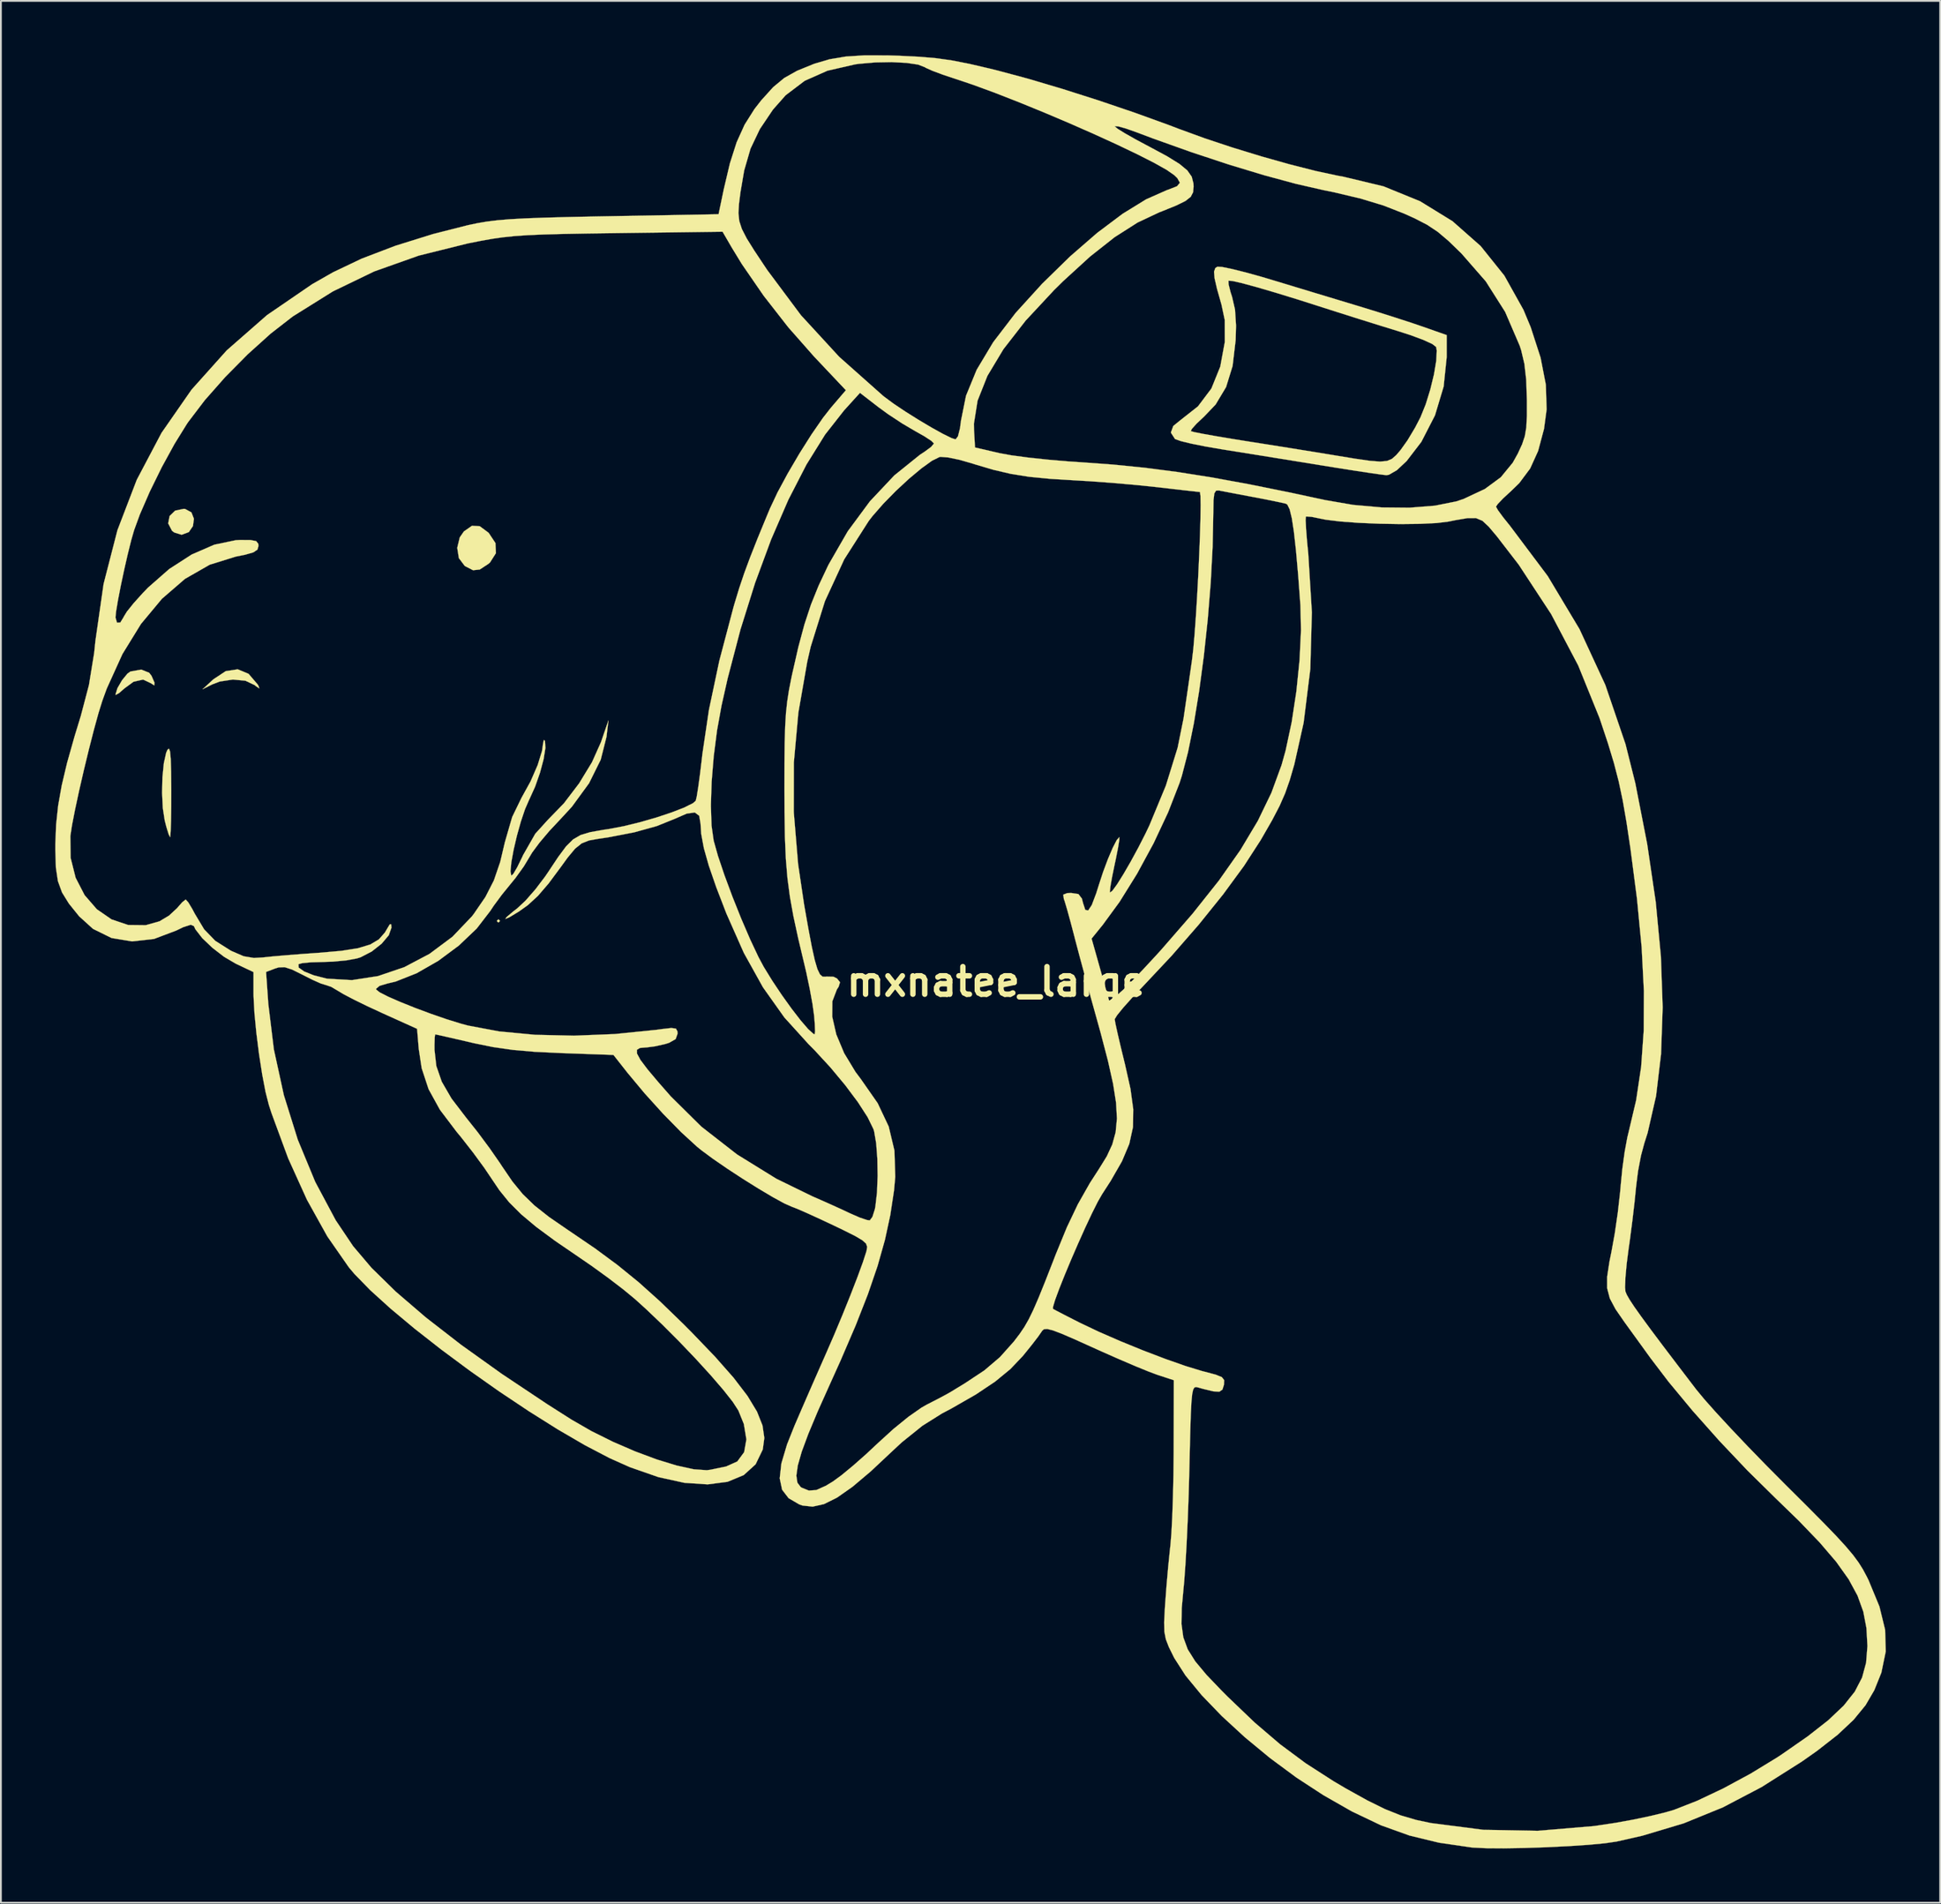
<source format=kicad_pcb>
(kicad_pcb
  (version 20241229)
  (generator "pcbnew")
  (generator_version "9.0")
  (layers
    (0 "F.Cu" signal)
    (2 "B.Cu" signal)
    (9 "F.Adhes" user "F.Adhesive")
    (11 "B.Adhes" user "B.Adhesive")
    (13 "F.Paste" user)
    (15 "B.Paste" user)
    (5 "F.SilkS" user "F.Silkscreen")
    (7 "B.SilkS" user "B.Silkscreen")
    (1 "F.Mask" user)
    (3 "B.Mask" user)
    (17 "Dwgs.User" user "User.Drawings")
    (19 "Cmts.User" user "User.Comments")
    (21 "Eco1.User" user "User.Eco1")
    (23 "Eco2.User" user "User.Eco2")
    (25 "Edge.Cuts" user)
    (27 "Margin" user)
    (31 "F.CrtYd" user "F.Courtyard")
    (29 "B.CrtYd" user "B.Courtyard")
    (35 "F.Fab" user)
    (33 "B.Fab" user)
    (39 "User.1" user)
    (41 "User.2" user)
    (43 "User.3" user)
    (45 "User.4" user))
  (footprint "mxnatee_large"
    (layer "F.Cu")
    (at 51.947 51.139)
    (property "Reference" "mxnatee_large" (at 0 0 0) (layer "F.SilkS") (effects (font (size 1.524 1.524) (thickness 0.3))))
    (attr through_hole)
    (fp_poly (pts (xy -27.396 -3.356) (xy -27.486 -3.266) (xy -27.577 -3.356) (xy -27.486 -3.447) (xy -27.396 -3.356)) (stroke (width 0.01) (type solid)) (fill yes) (layer "F.SilkS"))
    (fp_poly (pts (xy -44.777 -26.094) (xy -44.431 -25.907) (xy -44.293 -25.554) (xy -44.347 -25.152) (xy -44.575 -24.819) (xy -44.963 -24.675) (xy -44.98 -24.674) (xy -45.375 -24.796) (xy -45.502 -24.892) (xy -45.714 -25.3) (xy -45.636 -25.704) (xy -45.328 -26.005) (xy -44.851 -26.102) (xy -44.777 -26.094)) (stroke (width 0.01) (type solid)) (fill yes) (layer "F.SilkS"))
    (fp_poly (pts (xy -41.277 -16.996) (xy -40.77 -16.403) (xy -40.727 -16.329) (xy -40.686 -16.191) (xy -40.869 -16.313) (xy -40.941 -16.374) (xy -41.451 -16.615) (xy -42.141 -16.681) (xy -42.87 -16.57) (xy -43.271 -16.417) (xy -43.815 -16.144) (xy -43.222 -16.69) (xy -42.537 -17.144) (xy -41.877 -17.245) (xy -41.277 -16.996)) (stroke (width 0.01) (type solid)) (fill yes) (layer "F.SilkS"))
    (fp_poly (pts (xy -46.762 -17.053) (xy -46.634 -16.885) (xy -46.469 -16.507) (xy -46.482 -16.356) (xy -46.663 -16.474) (xy -47.097 -16.679) (xy -47.623 -16.561) (xy -48.114 -16.204) (xy -48.433 -15.928) (xy -48.61 -15.833) (xy -48.623 -15.85) (xy -48.515 -16.203) (xy -48.261 -16.641) (xy -47.964 -17.004) (xy -47.798 -17.123) (xy -47.2 -17.23) (xy -46.762 -17.053)) (stroke (width 0.01) (type solid)) (fill yes) (layer "F.SilkS"))
    (fp_poly (pts (xy -28.518 -25.144) (xy -28.035 -24.786) (xy -28.022 -24.773) (xy -27.649 -24.212) (xy -27.625 -23.654) (xy -27.948 -23.146) (xy -28.055 -23.055) (xy -28.516 -22.753) (xy -28.885 -22.714) (xy -29.305 -22.929) (xy -29.351 -22.961) (xy -29.668 -23.381) (xy -29.759 -23.949) (xy -29.62 -24.526) (xy -29.391 -24.856) (xy -28.947 -25.166) (xy -28.518 -25.144)) (stroke (width 0.01) (type solid)) (fill yes) (layer "F.SilkS"))
    (fp_poly (pts (xy -45.613 -12.716) (xy -45.574 -12.31) (xy -45.553 -11.614) (xy -45.544 -10.592) (xy -45.544 -10.568) (xy -45.547 -9.647) (xy -45.558 -8.87) (xy -45.577 -8.303) (xy -45.601 -8.009) (xy -45.611 -7.983) (xy -45.69 -8.143) (xy -45.815 -8.553) (xy -45.906 -8.909) (xy -46.011 -9.596) (xy -46.05 -10.426) (xy -46.03 -11.285) (xy -45.953 -12.061) (xy -45.825 -12.639) (xy -45.755 -12.799) (xy -45.672 -12.867) (xy -45.613 -12.716)) (stroke (width 0.01) (type solid)) (fill yes) (layer "F.SilkS"))
    (fp_poly (pts (xy 12.459 -39.453) (xy 12.996 -39.343) (xy 13.747 -39.156) (xy 14.644 -38.907) (xy 15.169 -38.751) (xy 16.342 -38.396) (xy 17.618 -38.009) (xy 18.856 -37.635) (xy 19.911 -37.316) (xy 20.048 -37.275) (xy 21.042 -36.969) (xy 22.059 -36.647) (xy 22.967 -36.351) (xy 23.54 -36.155) (xy 24.856 -35.693) (xy 24.856 -34.48) (xy 24.688 -32.855) (xy 24.21 -31.264) (xy 23.457 -29.799) (xy 22.644 -28.74) (xy 22.106 -28.236) (xy 21.666 -27.983) (xy 21.522 -27.961) (xy 21.222 -27.997) (xy 20.631 -28.081) (xy 19.815 -28.205) (xy 18.84 -28.358) (xy 17.961 -28.5) (xy 16.701 -28.704) (xy 15.349 -28.923) (xy 14.035 -29.135) (xy 12.889 -29.318) (xy 12.441 -29.39) (xy 11.544 -29.544) (xy 10.766 -29.7) (xy 10.184 -29.841) (xy 9.874 -29.95) (xy 9.856 -29.962) (xy 9.631 -30.311) (xy 9.66 -30.39) (xy 10.733 -30.39) (xy 10.932 -30.335) (xy 11.429 -30.237) (xy 12.162 -30.107) (xy 13.07 -29.955) (xy 13.8 -29.838) (xy 14.999 -29.649) (xy 16.261 -29.448) (xy 17.461 -29.254) (xy 18.474 -29.089) (xy 18.778 -29.038) (xy 19.853 -28.862) (xy 20.632 -28.751) (xy 21.181 -28.71) (xy 21.561 -28.745) (xy 21.836 -28.862) (xy 22.069 -29.067) (xy 22.309 -29.346) (xy 22.692 -29.883) (xy 23.112 -30.584) (xy 23.412 -31.163) (xy 23.699 -31.874) (xy 23.953 -32.695) (xy 24.155 -33.528) (xy 24.28 -34.274) (xy 24.308 -34.837) (xy 24.272 -35.038) (xy 24.062 -35.201) (xy 23.568 -35.428) (xy 22.859 -35.691) (xy 22.199 -35.904) (xy 21.175 -36.22) (xy 19.979 -36.594) (xy 18.785 -36.972) (xy 18.052 -37.207) (xy 16.644 -37.656) (xy 15.404 -38.037) (xy 14.365 -38.341) (xy 13.563 -38.559) (xy 13.033 -38.68) (xy 12.811 -38.694) (xy 12.809 -38.693) (xy 12.817 -38.492) (xy 12.924 -38.068) (xy 13.01 -37.8) (xy 13.172 -37.1) (xy 13.228 -36.215) (xy 13.206 -35.411) (xy 13.038 -33.986) (xy 12.678 -32.823) (xy 12.102 -31.862) (xy 11.467 -31.197) (xy 11.049 -30.804) (xy 10.786 -30.51) (xy 10.733 -30.39) (xy 9.66 -30.39) (xy 9.764 -30.676) (xy 10.115 -30.962) (xy 11.127 -31.759) (xy 11.868 -32.743) (xy 12.358 -33.952) (xy 12.608 -35.308) (xy 12.605 -36.528) (xy 12.426 -37.374) (xy 12.179 -38.245) (xy 12.044 -38.832) (xy 12.015 -39.194) (xy 12.084 -39.392) (xy 12.2 -39.468) (xy 12.459 -39.453)) (stroke (width 0.01) (type solid)) (fill yes) (layer "F.SilkS"))
    (fp_poly (pts (xy -6.013 -51.131) (xy -5.366 -51.111) (xy -4.269 -51.057) (xy -3.34 -50.978) (xy -2.459 -50.854) (xy -1.508 -50.668) (xy -0.368 -50.403) (xy 0.091 -50.289) (xy 1.752 -49.843) (xy 3.633 -49.285) (xy 5.624 -48.651) (xy 7.613 -47.976) (xy 9.49 -47.297) (xy 10.069 -47.076) (xy 11.473 -46.564) (xy 13.024 -46.048) (xy 14.63 -45.556) (xy 16.2 -45.114) (xy 17.642 -44.748) (xy 18.863 -44.486) (xy 19.141 -44.437) (xy 21.37 -43.903) (xy 23.385 -43.081) (xy 25.174 -41.981) (xy 26.728 -40.61) (xy 28.038 -38.976) (xy 29.093 -37.086) (xy 29.494 -36.125) (xy 30.038 -34.447) (xy 30.328 -32.956) (xy 30.371 -31.591) (xy 30.229 -30.521) (xy 29.901 -29.295) (xy 29.462 -28.328) (xy 28.86 -27.522) (xy 28.401 -27.077) (xy 27.965 -26.674) (xy 27.666 -26.359) (xy 27.577 -26.222) (xy 27.685 -26.027) (xy 27.968 -25.641) (xy 28.356 -25.157) (xy 30.433 -22.39) (xy 32.184 -19.467) (xy 33.612 -16.38) (xy 34.724 -13.119) (xy 35.266 -10.961) (xy 35.922 -7.603) (xy 36.394 -4.406) (xy 36.679 -1.393) (xy 36.777 1.412) (xy 36.688 3.985) (xy 36.412 6.304) (xy 35.946 8.343) (xy 35.763 8.917) (xy 35.58 9.596) (xy 35.417 10.455) (xy 35.309 11.313) (xy 35.307 11.339) (xy 35.223 12.175) (xy 35.103 13.203) (xy 34.966 14.256) (xy 34.897 14.736) (xy 34.789 15.577) (xy 34.721 16.319) (xy 34.701 16.868) (xy 34.721 17.095) (xy 34.795 17.276) (xy 34.951 17.549) (xy 35.21 17.942) (xy 35.593 18.482) (xy 36.12 19.199) (xy 36.811 20.12) (xy 37.687 21.273) (xy 38.634 22.513) (xy 39.073 23.044) (xy 39.726 23.779) (xy 40.547 24.667) (xy 41.488 25.659) (xy 42.504 26.705) (xy 43.548 27.755) (xy 43.642 27.849) (xy 44.759 28.961) (xy 45.648 29.858) (xy 46.343 30.577) (xy 46.876 31.158) (xy 47.28 31.636) (xy 47.588 32.052) (xy 47.832 32.441) (xy 48.047 32.843) (xy 48.145 33.043) (xy 48.741 34.485) (xy 49.055 35.77) (xy 49.09 36.966) (xy 48.848 38.139) (xy 48.456 39.11) (xy 47.974 39.935) (xy 47.316 40.738) (xy 46.437 41.564) (xy 45.293 42.457) (xy 44.45 43.05) (xy 42.237 44.451) (xy 40.098 45.573) (xy 37.936 46.454) (xy 35.658 47.136) (xy 34.235 47.459) (xy 33.595 47.553) (xy 32.681 47.639) (xy 31.578 47.713) (xy 30.375 47.773) (xy 29.159 47.814) (xy 28.017 47.833) (xy 27.037 47.827) (xy 26.307 47.792) (xy 26.216 47.783) (xy 24.429 47.522) (xy 22.801 47.127) (xy 21.229 46.562) (xy 19.613 45.791) (xy 18.052 44.9) (xy 16.573 43.935) (xy 15.11 42.854) (xy 13.716 41.703) (xy 12.44 40.529) (xy 11.332 39.379) (xy 10.443 38.298) (xy 9.823 37.333) (xy 9.791 37.271) (xy 9.52 36.722) (xy 9.354 36.294) (xy 9.273 35.877) (xy 9.261 35.357) (xy 9.298 34.622) (xy 9.317 34.337) (xy 9.391 33.347) (xy 9.485 32.283) (xy 9.581 31.336) (xy 9.606 31.115) (xy 9.659 30.479) (xy 9.707 29.563) (xy 9.746 28.451) (xy 9.774 27.225) (xy 9.787 25.968) (xy 9.787 25.829) (xy 9.797 21.995) (xy 8.89 21.698) (xy 8.406 21.518) (xy 7.676 21.22) (xy 6.783 20.838) (xy 5.809 20.408) (xy 5.333 20.193) (xy 4.334 19.742) (xy 3.614 19.431) (xy 3.122 19.244) (xy 2.809 19.166) (xy 2.626 19.18) (xy 2.522 19.271) (xy 2.509 19.294) (xy 2.312 19.58) (xy 1.953 20.047) (xy 1.506 20.6) (xy 1.455 20.662) (xy 0.773 21.379) (xy -0.073 22.074) (xy -1.138 22.785) (xy -2.476 23.552) (xy -3.014 23.837) (xy -4.082 24.508) (xy -5.218 25.421) (xy -5.736 25.902) (xy -6.933 27.025) (xy -7.942 27.877) (xy -8.792 28.473) (xy -9.516 28.833) (xy -10.143 28.973) (xy -10.703 28.912) (xy -10.884 28.848) (xy -11.469 28.506) (xy -11.827 28.039) (xy -11.959 27.411) (xy -11.867 26.589) (xy -11.554 25.539) (xy -11.148 24.518) (xy -10.705 23.492) (xy -10.192 22.315) (xy -9.688 21.168) (xy -9.433 20.592) (xy -8.963 19.512) (xy -8.493 18.389) (xy -8.052 17.295) (xy -7.667 16.302) (xy -7.368 15.483) (xy -7.182 14.909) (xy -7.162 14.835) (xy -7.133 14.629) (xy -7.195 14.452) (xy -7.402 14.266) (xy -7.805 14.029) (xy -8.456 13.703) (xy -8.96 13.461) (xy -9.758 13.086) (xy -10.471 12.761) (xy -11.015 12.525) (xy -11.287 12.42) (xy -11.702 12.237) (xy -12.338 11.889) (xy -13.122 11.423) (xy -13.982 10.886) (xy -14.843 10.323) (xy -15.632 9.781) (xy -16.275 9.306) (xy -16.52 9.108) (xy -17.406 8.296) (xy -18.402 7.28) (xy -19.418 6.156) (xy -20.362 5.023) (xy -20.411 4.961) (xy -21.136 4.04) (xy -24.039 3.937) (xy -25.493 3.867) (xy -26.7 3.761) (xy -27.779 3.606) (xy -28.846 3.389) (xy -28.935 3.368) (xy -29.732 3.183) (xy -30.387 3.033) (xy -30.825 2.934) (xy -30.976 2.903) (xy -31.002 3.066) (xy -31.015 3.48) (xy -31.014 3.765) (xy -30.914 4.651) (xy -30.612 5.521) (xy -30.076 6.446) (xy -29.271 7.499) (xy -29.262 7.51) (xy -28.632 8.302) (xy -27.968 9.196) (xy -27.394 10.023) (xy -27.295 10.176) (xy -26.717 11.024) (xy -26.145 11.722) (xy -25.498 12.349) (xy -24.696 12.982) (xy -23.657 13.698) (xy -23.586 13.745) (xy -22.161 14.715) (xy -20.912 15.637) (xy -19.745 16.587) (xy -18.569 17.642) (xy -17.291 18.88) (xy -16.829 19.344) (xy -15.532 20.694) (xy -14.509 21.855) (xy -13.742 22.857) (xy -13.215 23.726) (xy -12.91 24.491) (xy -12.809 25.182) (xy -12.895 25.819) (xy -13.291 26.638) (xy -13.947 27.232) (xy -14.838 27.602) (xy -15.938 27.744) (xy -17.22 27.658) (xy -18.659 27.342) (xy -20.229 26.794) (xy -21.345 26.296) (xy -22.709 25.583) (xy -24.211 24.708) (xy -25.805 23.706) (xy -27.441 22.614) (xy -29.07 21.466) (xy -30.646 20.297) (xy -32.118 19.144) (xy -33.438 18.041) (xy -34.56 17.025) (xy -35.433 16.129) (xy -35.74 15.765) (xy -36.93 14.055) (xy -38.054 12.033) (xy -39.09 9.747) (xy -40.013 7.243) (xy -40.155 6.804) (xy -40.339 6.084) (xy -40.525 5.109) (xy -40.699 3.986) (xy -40.846 2.823) (xy -40.952 1.727) (xy -41.001 0.805) (xy -41.003 0.634) (xy -41.003 -0.534) (xy -41.017 -0.54) (xy -40.311 -0.54) (xy -40.187 1.227) (xy -39.881 3.736) (xy -39.33 6.259) (xy -38.56 8.722) (xy -37.597 11.049) (xy -36.467 13.166) (xy -35.505 14.598) (xy -34.49 15.794) (xy -33.149 17.108) (xy -31.496 18.527) (xy -29.543 20.042) (xy -27.306 21.641) (xy -24.797 23.314) (xy -23.446 24.174) (xy -22.352 24.804) (xy -21.161 25.395) (xy -19.936 25.925) (xy -18.742 26.37) (xy -17.642 26.706) (xy -16.701 26.912) (xy -15.983 26.963) (xy -15.784 26.937) (xy -15.42 26.861) (xy -14.924 26.76) (xy -14.923 26.76) (xy -14.3 26.48) (xy -13.922 25.966) (xy -13.798 25.262) (xy -13.939 24.411) (xy -14.24 23.667) (xy -14.547 23.192) (xy -15.074 22.524) (xy -15.773 21.713) (xy -16.598 20.809) (xy -17.5 19.865) (xy -18.433 18.93) (xy -19.349 18.057) (xy -19.957 17.507) (xy -20.602 16.975) (xy -21.437 16.337) (xy -22.342 15.682) (xy -23.041 15.202) (xy -24.356 14.303) (xy -25.402 13.53) (xy -26.229 12.836) (xy -26.889 12.178) (xy -27.431 11.509) (xy -27.783 10.987) (xy -28.268 10.268) (xy -28.889 9.421) (xy -29.541 8.587) (xy -29.802 8.271) (xy -30.714 7.066) (xy -31.34 5.93) (xy -31.721 4.774) (xy -31.883 3.703) (xy -31.976 2.598) (xy -33.904 1.727) (xy -34.722 1.348) (xy -35.46 0.987) (xy -36.029 0.689) (xy -36.314 0.519) (xy -36.714 0.282) (xy -37.01 0.181) (xy -37.014 0.181) (xy -37.279 0.101) (xy -37.752 -0.109) (xy -38.269 -0.371) (xy -38.874 -0.672) (xy -39.285 -0.804) (xy -39.614 -0.792) (xy -39.808 -0.732) (xy -40.311 -0.54) (xy -41.017 -0.54) (xy -41.985 -0.998) (xy -42.625 -1.374) (xy -43.272 -1.872) (xy -43.832 -2.406) (xy -44.21 -2.893) (xy -44.294 -3.071) (xy -44.464 -3.146) (xy -44.874 -3.016) (xy -45.271 -2.825) (xy -46.499 -2.361) (xy -47.704 -2.226) (xy -48.84 -2.414) (xy -49.864 -2.919) (xy -50.627 -3.611) (xy -51.192 -4.312) (xy -51.572 -4.926) (xy -51.801 -5.556) (xy -51.913 -6.309) (xy -51.942 -7.287) (xy -51.941 -7.62) (xy -51.924 -8.039) (xy -51.114 -8.039) (xy -51.099 -6.838) (xy -50.823 -5.739) (xy -50.327 -4.78) (xy -49.652 -4.001) (xy -48.837 -3.439) (xy -47.924 -3.133) (xy -46.952 -3.122) (xy -46.198 -3.334) (xy -45.664 -3.652) (xy -45.225 -4.06) (xy -44.942 -4.384) (xy -44.754 -4.534) (xy -44.745 -4.536) (xy -44.609 -4.388) (xy -44.383 -4.014) (xy -44.252 -3.765) (xy -43.731 -2.895) (xy -43.119 -2.261) (xy -42.293 -1.737) (xy -42.202 -1.689) (xy -41.545 -1.406) (xy -40.979 -1.311) (xy -40.478 -1.341) (xy -39.965 -1.395) (xy -39.196 -1.462) (xy -38.278 -1.534) (xy -37.374 -1.598) (xy -36.147 -1.706) (xy -35.228 -1.852) (xy -34.559 -2.055) (xy -34.087 -2.335) (xy -33.756 -2.71) (xy -33.667 -2.86) (xy -33.482 -3.169) (xy -33.406 -3.171) (xy -33.39 -2.984) (xy -33.537 -2.568) (xy -33.93 -2.102) (xy -34.477 -1.67) (xy -35.087 -1.353) (xy -35.288 -1.288) (xy -35.869 -1.181) (xy -36.624 -1.109) (xy -37.208 -1.09) (xy -37.836 -1.072) (xy -38.311 -1.027) (xy -38.522 -0.969) (xy -38.513 -0.784) (xy -38.213 -0.569) (xy -37.689 -0.358) (xy -37.008 -0.183) (xy -36.932 -0.168) (xy -35.571 -0.089) (xy -34.132 -0.311) (xy -32.681 -0.804) (xy -31.288 -1.539) (xy -30.021 -2.484) (xy -28.948 -3.609) (xy -28.843 -3.746) (xy -28.203 -4.679) (xy -27.736 -5.592) (xy -27.385 -6.617) (xy -27.13 -7.696) (xy -26.726 -9.092) (xy -26.214 -10.146) (xy -25.711 -11.059) (xy -25.319 -11.96) (xy -25.078 -12.742) (xy -25.023 -13.131) (xy -24.98 -13.346) (xy -24.918 -13.294) (xy -24.892 -12.904) (xy -24.992 -12.285) (xy -25.19 -11.541) (xy -25.46 -10.771) (xy -25.774 -10.077) (xy -25.788 -10.051) (xy -26.017 -9.526) (xy -26.25 -8.833) (xy -26.467 -8.057) (xy -26.647 -7.285) (xy -26.772 -6.602) (xy -26.82 -6.094) (xy -26.775 -5.85) (xy -26.661 -5.955) (xy -26.448 -6.319) (xy -26.178 -6.87) (xy -26.126 -6.985) (xy -25.452 -8.167) (xy -24.756 -8.936) (xy -23.874 -9.844) (xy -23.033 -10.947) (xy -22.321 -12.115) (xy -21.826 -13.22) (xy -21.819 -13.24) (xy -21.413 -14.424) (xy -21.521 -13.516) (xy -21.839 -12.257) (xy -22.484 -10.956) (xy -23.434 -9.656) (xy -24.074 -8.962) (xy -24.678 -8.318) (xy -25.219 -7.678) (xy -25.619 -7.139) (xy -25.748 -6.924) (xy -26.086 -6.363) (xy -26.545 -5.725) (xy -26.819 -5.39) (xy -27.296 -4.803) (xy -27.743 -4.198) (xy -27.937 -3.906) (xy -28.684 -2.936) (xy -29.672 -1.995) (xy -30.809 -1.151) (xy -32.002 -0.468) (xy -33.156 -0.011) (xy -33.618 0.099) (xy -34.046 0.227) (xy -34.239 0.388) (xy -34.238 0.429) (xy -34.042 0.584) (xy -33.572 0.824) (xy -32.896 1.119) (xy -32.087 1.444) (xy -31.213 1.769) (xy -30.346 2.069) (xy -29.555 2.314) (xy -29.164 2.42) (xy -27.444 2.743) (xy -25.466 2.929) (xy -23.308 2.978) (xy -21.049 2.887) (xy -18.766 2.655) (xy -18.46 2.613) (xy -17.942 2.554) (xy -17.687 2.588) (xy -17.604 2.743) (xy -17.599 2.87) (xy -17.703 3.165) (xy -18.069 3.372) (xy -18.279 3.438) (xy -18.835 3.564) (xy -19.307 3.626) (xy -19.357 3.628) (xy -19.674 3.655) (xy -19.84 3.756) (xy -19.838 3.963) (xy -19.651 4.31) (xy -19.262 4.828) (xy -18.654 5.55) (xy -17.97 6.33) (xy -16.282 8) (xy -14.314 9.533) (xy -12.14 10.877) (xy -10.16 11.843) (xy -9.39 12.181) (xy -8.597 12.54) (xy -8.074 12.785) (xy -7.541 13.018) (xy -7.134 13.155) (xy -6.986 13.172) (xy -6.842 12.979) (xy -6.708 12.559) (xy -6.679 12.413) (xy -6.589 11.637) (xy -6.554 10.716) (xy -6.57 9.768) (xy -6.635 8.91) (xy -6.746 8.261) (xy -6.787 8.13) (xy -7.107 7.475) (xy -7.644 6.644) (xy -8.346 5.706) (xy -9.161 4.727) (xy -10.038 3.776) (xy -10.365 3.447) (xy -11.702 1.971) (xy -12.882 0.309) (xy -13.941 -1.596) (xy -14.904 -3.77) (xy -15.466 -5.229) (xy -15.875 -6.415) (xy -16.146 -7.375) (xy -16.292 -8.161) (xy -16.329 -8.723) (xy -16.402 -9.16) (xy -16.645 -9.343) (xy -17.094 -9.28) (xy -17.769 -8.986) (xy -18.741 -8.594) (xy -19.991 -8.247) (xy -21.431 -7.969) (xy -21.953 -7.893) (xy -22.487 -7.798) (xy -22.892 -7.637) (xy -23.254 -7.346) (xy -23.66 -6.859) (xy -24.029 -6.35) (xy -24.717 -5.423) (xy -25.304 -4.741) (xy -25.859 -4.23) (xy -26.349 -3.88) (xy -26.871 -3.564) (xy -27.101 -3.463) (xy -27.035 -3.57) (xy -26.668 -3.879) (xy -26.457 -4.04) (xy -25.994 -4.47) (xy -25.444 -5.099) (xy -24.902 -5.814) (xy -24.733 -6.063) (xy -24.182 -6.891) (xy -23.752 -7.47) (xy -23.366 -7.854) (xy -22.947 -8.098) (xy -22.418 -8.256) (xy -21.701 -8.383) (xy -21.364 -8.434) (xy -20.558 -8.587) (xy -19.663 -8.806) (xy -18.759 -9.067) (xy -17.921 -9.346) (xy -17.227 -9.615) (xy -16.983 -9.737) (xy -15.759 -9.737) (xy -15.723 -8.622) (xy -15.606 -7.789) (xy -15.368 -6.943) (xy -15.008 -5.875) (xy -14.565 -4.683) (xy -14.078 -3.467) (xy -13.586 -2.326) (xy -13.131 -1.36) (xy -12.839 -0.816) (xy -12.365 -0.046) (xy -11.838 0.742) (xy -11.303 1.488) (xy -10.805 2.132) (xy -10.389 2.614) (xy -10.102 2.874) (xy -10.027 2.903) (xy -10.008 2.739) (xy -10.024 2.316) (xy -10.06 1.871) (xy -10.148 1.234) (xy -10.303 0.385) (xy -10.497 -0.537) (xy -10.603 -0.986) (xy -10.941 -2.41) (xy -11.202 -3.616) (xy -11.396 -4.692) (xy -11.532 -5.724) (xy -11.621 -6.797) (xy -11.672 -7.999) (xy -11.693 -9.353) (xy -11.183 -9.353) (xy -10.945 -6.495) (xy -10.614 -4.264) (xy -10.379 -2.932) (xy -10.187 -1.92) (xy -10.024 -1.188) (xy -9.879 -0.697) (xy -9.74 -0.408) (xy -9.594 -0.28) (xy -9.43 -0.275) (xy -9.396 -0.284) (xy -8.986 -0.275) (xy -8.794 -0.177) (xy -8.63 0.029) (xy -8.708 0.28) (xy -8.803 0.423) (xy -9.055 1.081) (xy -9.061 1.928) (xy -8.839 2.902) (xy -8.404 3.941) (xy -7.774 4.983) (xy -7.482 5.372) (xy -6.553 6.703) (xy -5.943 7.993) (xy -5.627 9.322) (xy -5.582 10.767) (xy -5.65 11.521) (xy -5.856 12.881) (xy -6.153 14.253) (xy -6.558 15.688) (xy -7.09 17.242) (xy -7.766 18.967) (xy -8.604 20.917) (xy -9.153 22.134) (xy -9.847 23.682) (xy -10.374 24.94) (xy -10.744 25.937) (xy -10.963 26.702) (xy -11.041 27.263) (xy -10.984 27.651) (xy -10.801 27.892) (xy -10.75 27.925) (xy -10.351 28.086) (xy -9.939 28.057) (xy -9.412 27.82) (xy -9.026 27.587) (xy -8.56 27.247) (xy -7.923 26.723) (xy -7.203 26.088) (xy -6.53 25.459) (xy -5.679 24.684) (xy -4.853 24.013) (xy -4.138 23.512) (xy -3.844 23.344) (xy -3.257 23.043) (xy -2.776 22.787) (xy -2.54 22.654) (xy -2.194 22.443) (xy -1.751 22.174) (xy -0.664 21.454) (xy 0.197 20.721) (xy 0.957 19.869) (xy 0.992 19.825) (xy 1.29 19.433) (xy 1.547 19.053) (xy 1.789 18.629) (xy 2.044 18.105) (xy 2.065 18.056) (xy 3.124 18.056) (xy 3.298 18.152) (xy 3.72 18.371) (xy 4.315 18.675) (xy 4.626 18.832) (xy 5.655 19.321) (xy 6.845 19.84) (xy 8.105 20.354) (xy 9.338 20.824) (xy 10.453 21.215) (xy 11.354 21.49) (xy 11.498 21.527) (xy 12.113 21.69) (xy 12.446 21.827) (xy 12.572 21.99) (xy 12.562 22.229) (xy 12.556 22.262) (xy 12.476 22.514) (xy 12.308 22.628) (xy 11.976 22.611) (xy 11.403 22.471) (xy 11.139 22.396) (xy 11.022 22.371) (xy 10.93 22.398) (xy 10.86 22.517) (xy 10.807 22.769) (xy 10.766 23.195) (xy 10.733 23.835) (xy 10.704 24.729) (xy 10.674 25.92) (xy 10.652 26.882) (xy 10.614 28.277) (xy 10.562 29.678) (xy 10.501 31.003) (xy 10.434 32.172) (xy 10.367 33.105) (xy 10.33 33.491) (xy 10.231 34.577) (xy 10.217 35.451) (xy 10.317 36.184) (xy 10.56 36.848) (xy 10.977 37.514) (xy 11.596 38.256) (xy 12.447 39.144) (xy 12.774 39.472) (xy 14.26 40.894) (xy 15.659 42.089) (xy 17.074 43.14) (xy 18.611 44.129) (xy 19.286 44.527) (xy 20.464 45.182) (xy 21.441 45.665) (xy 22.312 46.013) (xy 23.172 46.267) (xy 23.973 46.437) (xy 26.883 46.812) (xy 29.876 46.867) (xy 32.992 46.605) (xy 34.183 46.426) (xy 35.152 46.25) (xy 36.106 46.049) (xy 36.922 45.851) (xy 37.396 45.713) (xy 38.68 45.21) (xy 40.128 44.524) (xy 41.63 43.712) (xy 43.078 42.829) (xy 43.363 42.641) (xy 44.789 41.649) (xy 45.914 40.767) (xy 46.768 39.959) (xy 47.382 39.185) (xy 47.785 38.408) (xy 48.007 37.59) (xy 48.078 36.693) (xy 48.079 36.646) (xy 48.026 35.678) (xy 47.853 34.771) (xy 47.534 33.886) (xy 47.044 32.982) (xy 46.359 32.02) (xy 45.453 30.961) (xy 44.303 29.763) (xy 43.017 28.515) (xy 41.459 26.98) (xy 39.905 25.34) (xy 38.427 23.678) (xy 37.1 22.077) (xy 36.104 20.769) (xy 35.655 20.147) (xy 35.118 19.406) (xy 34.674 18.793) (xy 34.174 18.07) (xy 33.861 17.481) (xy 33.714 16.92) (xy 33.714 16.279) (xy 33.84 15.451) (xy 33.95 14.909) (xy 34.133 13.899) (xy 34.303 12.73) (xy 34.43 11.603) (xy 34.461 11.249) (xy 34.553 10.312) (xy 34.682 9.379) (xy 34.827 8.592) (xy 34.902 8.284) (xy 35.313 6.545) (xy 35.59 4.694) (xy 35.732 2.693) (xy 35.741 0.505) (xy 35.617 -1.909) (xy 35.359 -4.588) (xy 35 -7.348) (xy 34.782 -8.802) (xy 34.574 -10.003) (xy 34.351 -11.058) (xy 34.087 -12.075) (xy 33.758 -13.161) (xy 33.337 -14.424) (xy 33.288 -14.567) (xy 32.116 -17.457) (xy 30.62 -20.296) (xy 28.834 -23.018) (xy 27.627 -24.584) (xy 27.179 -25.116) (xy 26.83 -25.442) (xy 26.476 -25.59) (xy 26.017 -25.592) (xy 25.35 -25.48) (xy 24.946 -25.398) (xy 24.299 -25.318) (xy 23.387 -25.274) (xy 22.305 -25.262) (xy 21.148 -25.281) (xy 20.013 -25.329) (xy 18.994 -25.404) (xy 18.188 -25.502) (xy 17.876 -25.564) (xy 17.409 -25.66) (xy 17.118 -25.682) (xy 17.082 -25.67) (xy 17.07 -25.471) (xy 17.094 -24.988) (xy 17.149 -24.299) (xy 17.214 -23.639) (xy 17.414 -20.393) (xy 17.328 -17.265) (xy 16.959 -14.295) (xy 16.444 -11.995) (xy 16.193 -11.132) (xy 15.937 -10.402) (xy 15.628 -9.699) (xy 15.221 -8.919) (xy 14.668 -7.956) (xy 14.577 -7.801) (xy 13.664 -6.389) (xy 12.511 -4.817) (xy 11.166 -3.147) (xy 9.679 -1.44) (xy 8.097 0.245) (xy 7.497 0.878) (xy 7.003 1.43) (xy 6.665 1.845) (xy 6.532 2.064) (xy 6.531 2.069) (xy 6.573 2.32) (xy 6.688 2.847) (xy 6.859 3.578) (xy 7.068 4.437) (xy 7.095 4.545) (xy 7.402 5.914) (xy 7.555 7.043) (xy 7.539 8.025) (xy 7.336 8.95) (xy 6.932 9.909) (xy 6.31 10.992) (xy 5.835 11.727) (xy 5.597 12.141) (xy 5.281 12.771) (xy 4.913 13.553) (xy 4.521 14.426) (xy 4.13 15.327) (xy 3.769 16.192) (xy 3.463 16.96) (xy 3.239 17.568) (xy 3.125 17.953) (xy 3.124 18.056) (xy 2.065 18.056) (xy 2.339 17.423) (xy 2.701 16.528) (xy 3.157 15.362) (xy 3.274 15.059) (xy 3.892 13.554) (xy 4.498 12.282) (xy 5.156 11.121) (xy 5.679 10.31) (xy 6.096 9.634) (xy 6.398 8.982) (xy 6.584 8.305) (xy 6.655 7.553) (xy 6.607 6.678) (xy 6.442 5.63) (xy 6.158 4.359) (xy 5.754 2.817) (xy 5.54 2.046) (xy 5.224 0.91) (xy 4.902 -0.264) (xy 4.605 -1.362) (xy 4.365 -2.269) (xy 4.336 -2.38) (xy 5.255 -2.38) (xy 6.226 1.057) (xy 6.721 0.691) (xy 7.015 0.429) (xy 7.493 -0.047) (xy 8.099 -0.679) (xy 8.776 -1.409) (xy 9.097 -1.762) (xy 10.828 -3.753) (xy 12.279 -5.579) (xy 13.474 -7.277) (xy 14.434 -8.883) (xy 15.183 -10.433) (xy 15.743 -11.964) (xy 15.964 -12.753) (xy 16.299 -14.32) (xy 16.56 -16.03) (xy 16.736 -17.762) (xy 16.814 -19.394) (xy 16.783 -20.774) (xy 16.657 -22.456) (xy 16.538 -23.801) (xy 16.423 -24.835) (xy 16.308 -25.584) (xy 16.189 -26.075) (xy 16.063 -26.332) (xy 15.99 -26.384) (xy 15.682 -26.456) (xy 15.121 -26.572) (xy 14.41 -26.712) (xy 14.151 -26.76) (xy 13.41 -26.9) (xy 12.779 -27.02) (xy 12.364 -27.1) (xy 12.292 -27.115) (xy 12.126 -27.108) (xy 12.03 -26.954) (xy 11.985 -26.582) (xy 11.974 -25.922) (xy 11.974 -25.882) (xy 11.936 -24.017) (xy 11.831 -22.037) (xy 11.667 -20.006) (xy 11.451 -17.989) (xy 11.193 -16.053) (xy 10.899 -14.26) (xy 10.578 -12.677) (xy 10.238 -11.368) (xy 10.112 -10.976) (xy 9.478 -9.349) (xy 8.675 -7.638) (xy 7.761 -5.954) (xy 6.798 -4.407) (xy 5.871 -3.14) (xy 5.255 -2.38) (xy 4.336 -2.38) (xy 4.295 -2.54) (xy 4.091 -3.316) (xy 3.907 -3.983) (xy 3.769 -4.446) (xy 3.722 -4.581) (xy 3.691 -4.806) (xy 3.909 -4.891) (xy 4.131 -4.899) (xy 4.528 -4.84) (xy 4.72 -4.59) (xy 4.783 -4.342) (xy 4.907 -3.968) (xy 5.065 -3.93) (xy 5.266 -4.233) (xy 5.513 -4.885) (xy 5.648 -5.316) (xy 5.891 -6.058) (xy 6.16 -6.776) (xy 6.422 -7.39) (xy 6.643 -7.818) (xy 6.787 -7.983) (xy 6.789 -7.983) (xy 6.784 -7.82) (xy 6.713 -7.384) (xy 6.589 -6.757) (xy 6.531 -6.486) (xy 6.389 -5.798) (xy 6.294 -5.26) (xy 6.261 -4.958) (xy 6.267 -4.924) (xy 6.399 -5.016) (xy 6.659 -5.371) (xy 7.008 -5.928) (xy 7.412 -6.625) (xy 7.834 -7.401) (xy 8.239 -8.195) (xy 8.448 -8.633) (xy 9.356 -10.826) (xy 10.005 -12.917) (xy 10.33 -14.523) (xy 10.446 -15.318) (xy 10.59 -16.308) (xy 10.738 -17.332) (xy 10.802 -17.78) (xy 10.872 -18.382) (xy 10.943 -19.203) (xy 11.014 -20.187) (xy 11.081 -21.277) (xy 11.143 -22.414) (xy 11.195 -23.541) (xy 11.237 -24.602) (xy 11.264 -25.538) (xy 11.275 -26.293) (xy 11.267 -26.809) (xy 11.237 -27.029) (xy 11.23 -27.033) (xy 11.032 -27.053) (xy 10.544 -27.107) (xy 9.838 -27.188) (xy 8.985 -27.286) (xy 8.889 -27.298) (xy 7.714 -27.42) (xy 6.377 -27.537) (xy 5.076 -27.632) (xy 4.354 -27.674) (xy 2.949 -27.76) (xy 1.798 -27.873) (xy 0.797 -28.033) (xy -0.163 -28.257) (xy -1.19 -28.561) (xy -1.324 -28.604) (xy -2.036 -28.809) (xy -2.659 -28.939) (xy -3.08 -28.972) (xy -3.138 -28.963) (xy -3.553 -28.758) (xy -4.138 -28.337) (xy -4.826 -27.762) (xy -5.549 -27.091) (xy -6.24 -26.386) (xy -6.834 -25.707) (xy -7.046 -25.433) (xy -8.399 -23.314) (xy -9.463 -21.008) (xy -10.251 -18.487) (xy -10.437 -17.679) (xy -10.931 -14.849) (xy -11.179 -12.106) (xy -11.183 -9.353) (xy -11.693 -9.353) (xy -11.694 -9.415) (xy -11.699 -10.614) (xy -11.697 -12.042) (xy -11.685 -13.175) (xy -11.658 -14.079) (xy -11.614 -14.82) (xy -11.545 -15.465) (xy -11.45 -16.082) (xy -11.322 -16.737) (xy -11.274 -16.964) (xy -10.93 -18.473) (xy -10.594 -19.724) (xy -10.233 -20.82) (xy -9.811 -21.864) (xy -9.295 -22.958) (xy -9.253 -23.041) (xy -8.203 -24.863) (xy -6.979 -26.519) (xy -5.634 -27.947) (xy -4.22 -29.086) (xy -3.946 -29.266) (xy -3.603 -29.519) (xy -3.448 -29.705) (xy -3.448 -29.713) (xy -3.596 -29.86) (xy -3.982 -30.112) (xy -4.473 -30.389) (xy -5.188 -30.809) (xy -5.979 -31.33) (xy -6.513 -31.719) (xy -7.529 -32.505) (xy -8.406 -31.538) (xy -9.453 -30.204) (xy -10.484 -28.546) (xy -11.483 -26.603) (xy -12.433 -24.412) (xy -13.319 -22.014) (xy -14.125 -19.445) (xy -14.833 -16.746) (xy -15.172 -15.24) (xy -15.419 -13.874) (xy -15.602 -12.446) (xy -15.717 -11.04) (xy -15.759 -9.737) (xy -16.983 -9.737) (xy -16.755 -9.851) (xy -16.596 -9.986) (xy -16.539 -10.219) (xy -16.456 -10.741) (xy -16.356 -11.479) (xy -16.25 -12.361) (xy -16.228 -12.56) (xy -15.866 -15.002) (xy -15.292 -17.717) (xy -14.508 -20.684) (xy -14.442 -20.911) (xy -14.195 -21.723) (xy -13.922 -22.536) (xy -13.592 -23.427) (xy -13.178 -24.475) (xy -12.65 -25.756) (xy -12.495 -26.126) (xy -12.078 -27.012) (xy -11.515 -28.056) (xy -10.869 -29.158) (xy -10.2 -30.215) (xy -9.571 -31.125) (xy -9.14 -31.676) (xy -8.307 -32.65) (xy -10.067 -34.513) (xy -11.486 -36.123) (xy -12.846 -37.866) (xy -14.049 -39.613) (xy -14.603 -40.521) (xy -15.113 -41.399) (xy -20.937 -41.323) (xy -22.576 -41.3) (xy -23.906 -41.276) (xy -24.982 -41.247) (xy -25.858 -41.209) (xy -26.589 -41.159) (xy -27.229 -41.093) (xy -27.832 -41.007) (xy -28.453 -40.897) (xy -29.145 -40.76) (xy -29.181 -40.752) (xy -31.883 -40.08) (xy -34.34 -39.208) (xy -36.623 -38.105) (xy -38.809 -36.74) (xy -38.865 -36.701) (xy -40.059 -35.773) (xy -41.325 -34.632) (xy -42.569 -33.374) (xy -43.696 -32.096) (xy -44.611 -30.893) (xy -44.674 -30.801) (xy -45.364 -29.687) (xy -46.069 -28.399) (xy -46.727 -27.06) (xy -47.278 -25.793) (xy -47.593 -24.932) (xy -47.755 -24.369) (xy -47.945 -23.608) (xy -48.143 -22.741) (xy -48.33 -21.863) (xy -48.485 -21.066) (xy -48.589 -20.443) (xy -48.623 -20.11) (xy -48.54 -19.82) (xy -48.358 -19.825) (xy -48.176 -20.12) (xy -48.168 -20.144) (xy -47.993 -20.429) (xy -47.623 -20.89) (xy -47.12 -21.449) (xy -46.824 -21.756) (xy -45.656 -22.781) (xy -44.415 -23.581) (xy -43.168 -24.123) (xy -41.981 -24.371) (xy -41.746 -24.383) (xy -41.163 -24.379) (xy -40.857 -24.32) (xy -40.743 -24.177) (xy -40.731 -24.05) (xy -40.789 -23.85) (xy -41.013 -23.7) (xy -41.475 -23.568) (xy -41.981 -23.467) (xy -43.42 -23.02) (xy -44.787 -22.237) (xy -46.059 -21.139) (xy -47.216 -19.749) (xy -48.238 -18.09) (xy -49.104 -16.183) (xy -49.352 -15.501) (xy -49.564 -14.82) (xy -49.817 -13.898) (xy -50.093 -12.82) (xy -50.372 -11.67) (xy -50.633 -10.533) (xy -50.857 -9.492) (xy -51.024 -8.633) (xy -51.114 -8.039) (xy -51.924 -8.039) (xy -51.899 -8.675) (xy -51.787 -9.722) (xy -51.59 -10.833) (xy -51.293 -12.084) (xy -50.88 -13.546) (xy -50.534 -14.679) (xy -50.087 -16.376) (xy -49.799 -18.149) (xy -49.73 -18.814) (xy -49.279 -21.954) (xy -48.515 -24.922) (xy -47.447 -27.706) (xy -46.08 -30.297) (xy -44.422 -32.682) (xy -42.48 -34.851) (xy -40.26 -36.795) (xy -37.77 -38.5) (xy -36.616 -39.159) (xy -35.034 -39.912) (xy -33.168 -40.624) (xy -31.098 -41.269) (xy -29.171 -41.759) (xy -28.659 -41.867) (xy -28.137 -41.956) (xy -27.558 -42.028) (xy -26.874 -42.086) (xy -26.037 -42.133) (xy -24.999 -42.172) (xy -23.712 -42.207) (xy -22.13 -42.24) (xy -21.41 -42.253) (xy -15.334 -42.364) (xy -15.32 -42.431) (xy -14.238 -42.431) (xy -14.193 -41.993) (xy -14.049 -41.549) (xy -13.782 -41.03) (xy -13.366 -40.363) (xy -12.777 -39.477) (xy -12.655 -39.294) (xy -10.786 -36.788) (xy -8.678 -34.495) (xy -6.274 -32.358) (xy -6.169 -32.273) (xy -5.67 -31.905) (xy -5.023 -31.472) (xy -4.305 -31.021) (xy -3.59 -30.596) (xy -2.956 -30.244) (xy -2.48 -30.009) (xy -2.251 -29.936) (xy -2.121 -30.103) (xy -2.008 -30.546) (xy -1.974 -30.806) (xy -1.24 -30.806) (xy -1.235 -30.457) (xy -1.179 -29.489) (xy 0.178 -29.175) (xy 0.832 -29.056) (xy 1.751 -28.933) (xy 2.836 -28.817) (xy 3.991 -28.719) (xy 4.657 -28.674) (xy 6.436 -28.546) (xy 8.186 -28.371) (xy 9.973 -28.139) (xy 11.863 -27.841) (xy 13.919 -27.465) (xy 16.208 -27.003) (xy 18.143 -26.587) (xy 19.693 -26.32) (xy 21.277 -26.18) (xy 22.81 -26.166) (xy 24.207 -26.277) (xy 25.383 -26.512) (xy 25.789 -26.648) (xy 26.961 -27.197) (xy 27.842 -27.844) (xy 28.502 -28.648) (xy 28.782 -29.151) (xy 29.019 -29.665) (xy 29.169 -30.111) (xy 29.251 -30.598) (xy 29.283 -31.234) (xy 29.283 -32.113) (xy 29.245 -33.232) (xy 29.145 -34.109) (xy 28.967 -34.861) (xy 28.887 -35.106) (xy 28.082 -36.976) (xy 27.014 -38.659) (xy 25.675 -40.193) (xy 24.959 -40.888) (xy 24.367 -41.39) (xy 23.781 -41.78) (xy 23.086 -42.139) (xy 22.497 -42.404) (xy 21.361 -42.848) (xy 20.1 -43.23) (xy 18.613 -43.582) (xy 18.052 -43.696) (xy 16.539 -44.041) (xy 14.773 -44.519) (xy 12.824 -45.109) (xy 10.768 -45.789) (xy 8.675 -46.535) (xy 7.756 -46.881) (xy 7.164 -47.091) (xy 6.73 -47.213) (xy 6.537 -47.224) (xy 6.534 -47.215) (xy 6.687 -47.084) (xy 7.101 -46.827) (xy 7.712 -46.481) (xy 8.458 -46.083) (xy 8.46 -46.083) (xy 9.425 -45.563) (xy 10.103 -45.143) (xy 10.54 -44.781) (xy 10.783 -44.433) (xy 10.878 -44.059) (xy 10.886 -43.888) (xy 10.856 -43.574) (xy 10.727 -43.326) (xy 10.441 -43.099) (xy 9.939 -42.851) (xy 9.163 -42.536) (xy 8.996 -42.472) (xy 7.793 -41.905) (xy 6.53 -41.1) (xy 5.175 -40.032) (xy 3.692 -38.677) (xy 3.191 -38.184) (xy 1.618 -36.495) (xy 0.389 -34.915) (xy -0.496 -33.441) (xy -1.039 -32.072) (xy -1.24 -30.806) (xy -1.974 -30.806) (xy -1.951 -30.979) (xy -1.676 -32.344) (xy -1.086 -33.78) (xy -0.175 -35.301) (xy 1.064 -36.918) (xy 2.525 -38.526) (xy 4.072 -40.038) (xy 5.565 -41.334) (xy 6.973 -42.391) (xy 8.262 -43.185) (xy 9.402 -43.691) (xy 9.48 -43.717) (xy 9.971 -43.909) (xy 10.131 -44.101) (xy 9.987 -44.358) (xy 9.82 -44.52) (xy 9.405 -44.81) (xy 8.702 -45.205) (xy 7.76 -45.683) (xy 6.63 -46.223) (xy 5.363 -46.802) (xy 4.008 -47.397) (xy 2.618 -47.987) (xy 1.241 -48.549) (xy -0.07 -49.062) (xy -1.267 -49.502) (xy -2.268 -49.838) (xy -2.966 -50.071) (xy -3.541 -50.286) (xy -3.896 -50.446) (xy -3.944 -50.477) (xy -4.318 -50.623) (xy -4.959 -50.718) (xy -5.777 -50.76) (xy -6.681 -50.744) (xy -7.578 -50.667) (xy -7.801 -50.636) (xy -9.321 -50.288) (xy -10.58 -49.73) (xy -11.632 -48.932) (xy -12.335 -48.136) (xy -13.058 -47.061) (xy -13.571 -45.984) (xy -13.921 -44.781) (xy -14.127 -43.575) (xy -14.208 -42.935) (xy -14.238 -42.431) (xy -15.32 -42.431) (xy -15.05 -43.724) (xy -14.709 -45.17) (xy -14.336 -46.337) (xy -13.895 -47.31) (xy -13.351 -48.172) (xy -12.98 -48.648) (xy -12.32 -49.378) (xy -11.708 -49.885) (xy -11.024 -50.269) (xy -10.932 -50.311) (xy -10.053 -50.668) (xy -9.211 -50.916) (xy -8.316 -51.067) (xy -7.28 -51.134) (xy -6.013 -51.131)) (stroke (width 0.01) (type solid)) (fill yes) (layer "F.SilkS")))
  (gr_rect
    (start -3 -3)
    (end 104.042 101.977)
    (stroke (width 0.1) (type default))
    (fill no)
    (layer "Edge.Cuts")))
</source>
